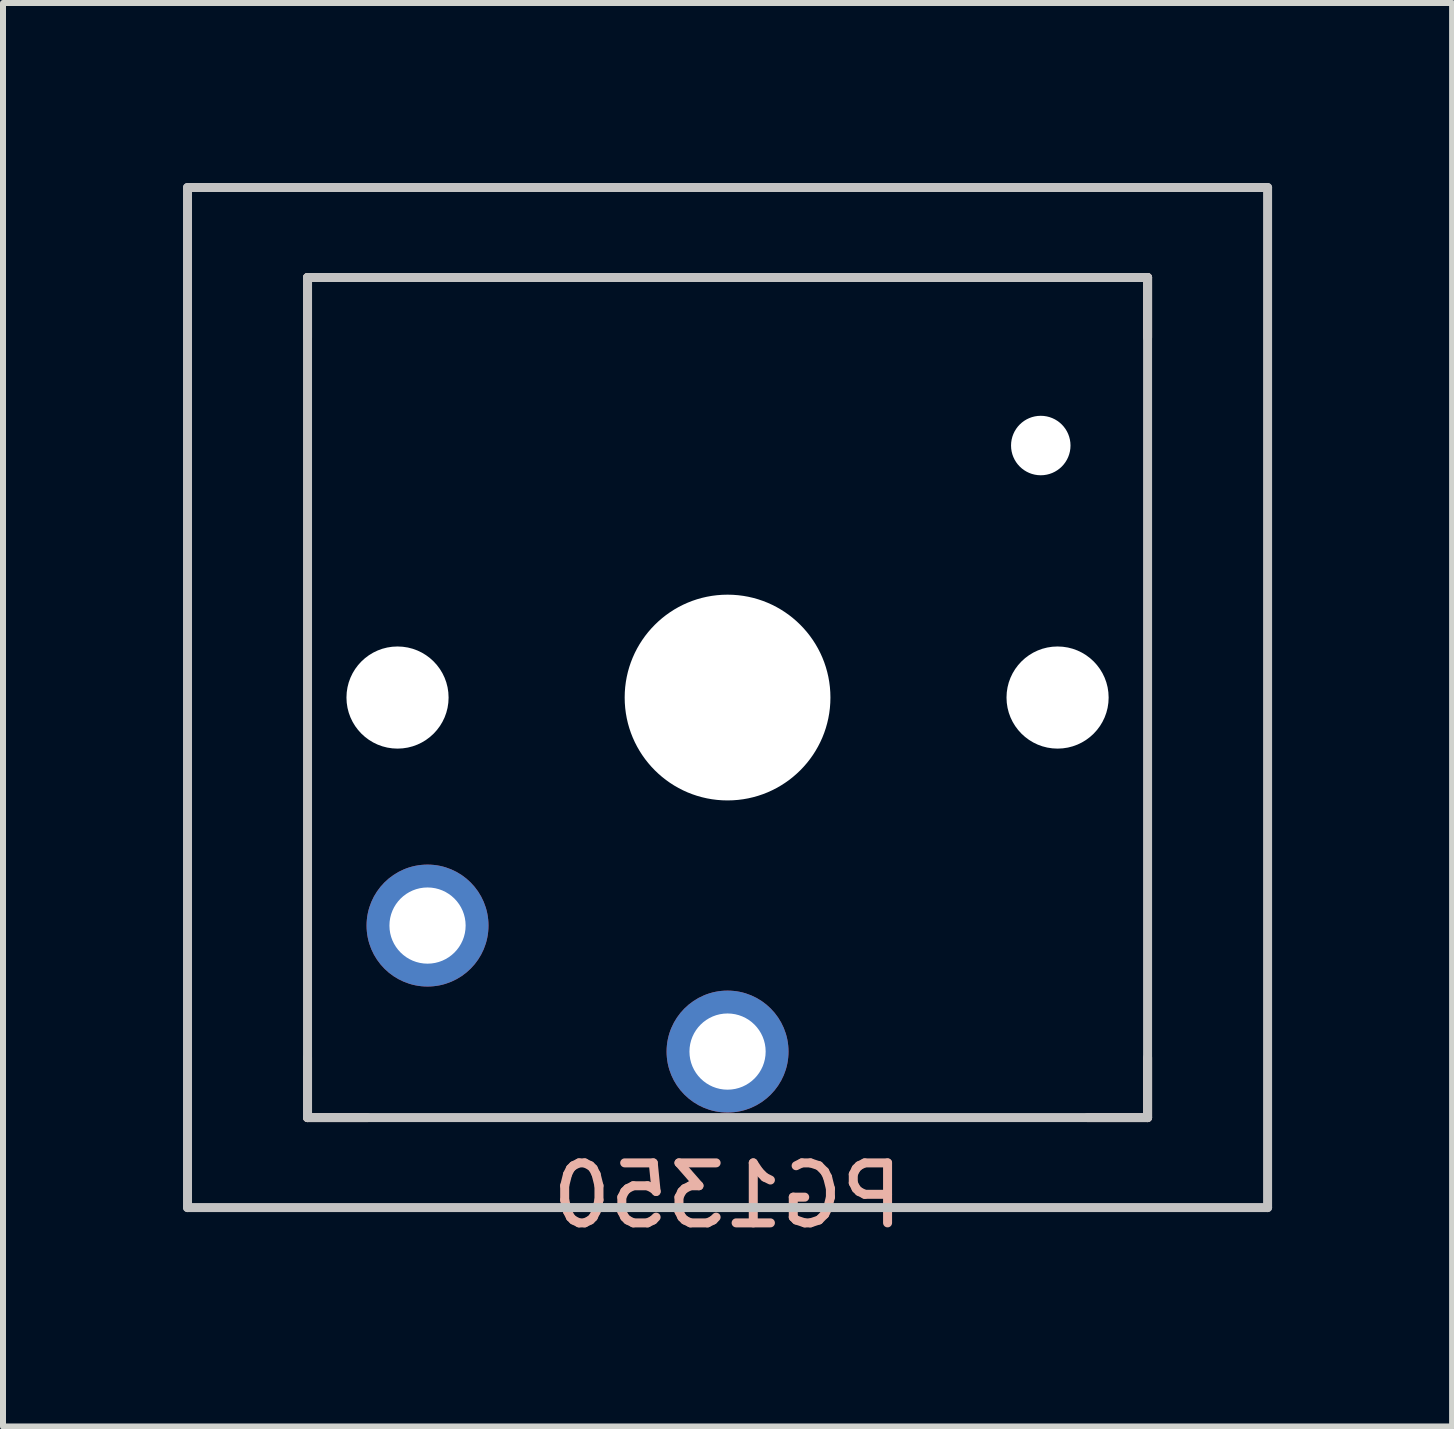
<source format=kicad_pcb>
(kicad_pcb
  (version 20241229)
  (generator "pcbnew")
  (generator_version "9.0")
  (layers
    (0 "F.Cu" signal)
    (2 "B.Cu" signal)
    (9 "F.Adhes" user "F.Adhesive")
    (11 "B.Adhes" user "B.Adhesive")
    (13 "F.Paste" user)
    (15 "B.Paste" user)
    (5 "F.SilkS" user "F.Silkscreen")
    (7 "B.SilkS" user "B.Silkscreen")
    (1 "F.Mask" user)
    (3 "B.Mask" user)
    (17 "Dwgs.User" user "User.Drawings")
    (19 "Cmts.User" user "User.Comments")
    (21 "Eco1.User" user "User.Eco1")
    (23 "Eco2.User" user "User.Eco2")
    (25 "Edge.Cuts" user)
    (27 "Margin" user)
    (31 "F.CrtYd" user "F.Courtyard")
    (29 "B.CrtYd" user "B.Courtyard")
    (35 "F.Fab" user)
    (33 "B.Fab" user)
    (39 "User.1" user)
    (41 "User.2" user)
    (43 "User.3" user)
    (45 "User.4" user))
  (footprint "PG1350"
    (layer "F.Cu")
    (at 9.075 8.575)
    (property "Reference" "PG1350" (at 0 8.3 0) (layer "B.SilkS") (effects (font (size 1 1) (thickness 0.15)) (justify mirror)))
    (attr through_hole)
    (fp_line (start -7 -7) (end -6 -7) (stroke (width 0.15) (type solid)) (layer "B.SilkS"))
    (fp_line (start -7 -6) (end -7 -7) (stroke (width 0.15) (type solid)) (layer "B.SilkS"))
    (fp_line (start -7 7) (end -7 6) (stroke (width 0.15) (type solid)) (layer "B.SilkS"))
    (fp_line (start -6 7) (end -7 7) (stroke (width 0.15) (type solid)) (layer "B.SilkS"))
    (fp_line (start 6 -7) (end 7 -7) (stroke (width 0.15) (type solid)) (layer "B.SilkS"))
    (fp_line (start 7 -7) (end 7 -6) (stroke (width 0.15) (type solid)) (layer "B.SilkS"))
    (fp_line (start 7 6) (end 7 7) (stroke (width 0.15) (type solid)) (layer "B.SilkS"))
    (fp_line (start 7 7) (end 6 7) (stroke (width 0.15) (type solid)) (layer "B.SilkS"))
    (fp_line (start -9 -8.5) (end -9 8.5) (stroke (width 0.15) (type solid)) (layer "Dwgs.User"))
    (fp_line (start -9 -8.5) (end 9 -8.5) (stroke (width 0.15) (type solid)) (layer "Dwgs.User"))
    (fp_line (start -9 8.5) (end 9 8.5) (stroke (width 0.15) (type solid)) (layer "Dwgs.User"))
    (fp_line (start -7 7) (end -7 -7) (stroke (width 0.15) (type solid)) (layer "Dwgs.User"))
    (fp_line (start -7 7) (end 7 7) (stroke (width 0.15) (type solid)) (layer "Dwgs.User"))
    (fp_line (start 7 -7) (end -7 -7) (stroke (width 0.15) (type solid)) (layer "Dwgs.User"))
    (fp_line (start 7 -7) (end 7 7) (stroke (width 0.15) (type solid)) (layer "Dwgs.User"))
    (fp_line (start 9 8.5) (end 9 -8.5) (stroke (width 0.15) (type solid)) (layer "Dwgs.User"))
    (fp_line (start -2.6 -3.1) (end -2.6 -6.3) (stroke (width 0.15) (type solid)) (layer "Eco2.User"))
    (fp_line (start -2.6 -3.1) (end 2.6 -3.1) (stroke (width 0.15) (type solid)) (layer "Eco2.User"))
    (fp_line (start 2.6 -6.3) (end -2.6 -6.3) (stroke (width 0.15) (type solid)) (layer "Eco2.User"))
    (fp_line (start 2.6 -3.1) (end 2.6 -6.3) (stroke (width 0.15) (type solid)) (layer "Eco2.User"))
    (pad "" np_thru_hole circle (at -5.5 0) (size 1.702 1.702) (drill 1.702) (layers "*.Cu" "*.Mask"))
    (pad "" np_thru_hole circle (at 0 0) (size 3.429 3.429) (drill 3.429) (layers "*.Cu" "*.Mask"))
    (pad "" np_thru_hole circle (at 5.22 -4.2) (size 0.991 0.991) (drill 0.991) (layers "*.Cu" "*.Mask"))
    (pad "" np_thru_hole circle (at 5.5 0) (size 1.702 1.702) (drill 1.702) (layers "*.Cu" "*.Mask"))
    (pad "1" thru_hole circle (at 0 5.9) (size 2.032 2.032) (drill 1.27) (layers "*.Cu" "*.Mask"))
    (pad "2" thru_hole circle (at -5 3.8) (size 2.032 2.032) (drill 1.27) (layers "*.Cu" "*.Mask")))
  (gr_rect
    (start -3 -3)
    (end 21.15 20.723)
    (stroke (width 0.1) (type default))
    (fill no)
    (layer "Edge.Cuts")))
</source>
